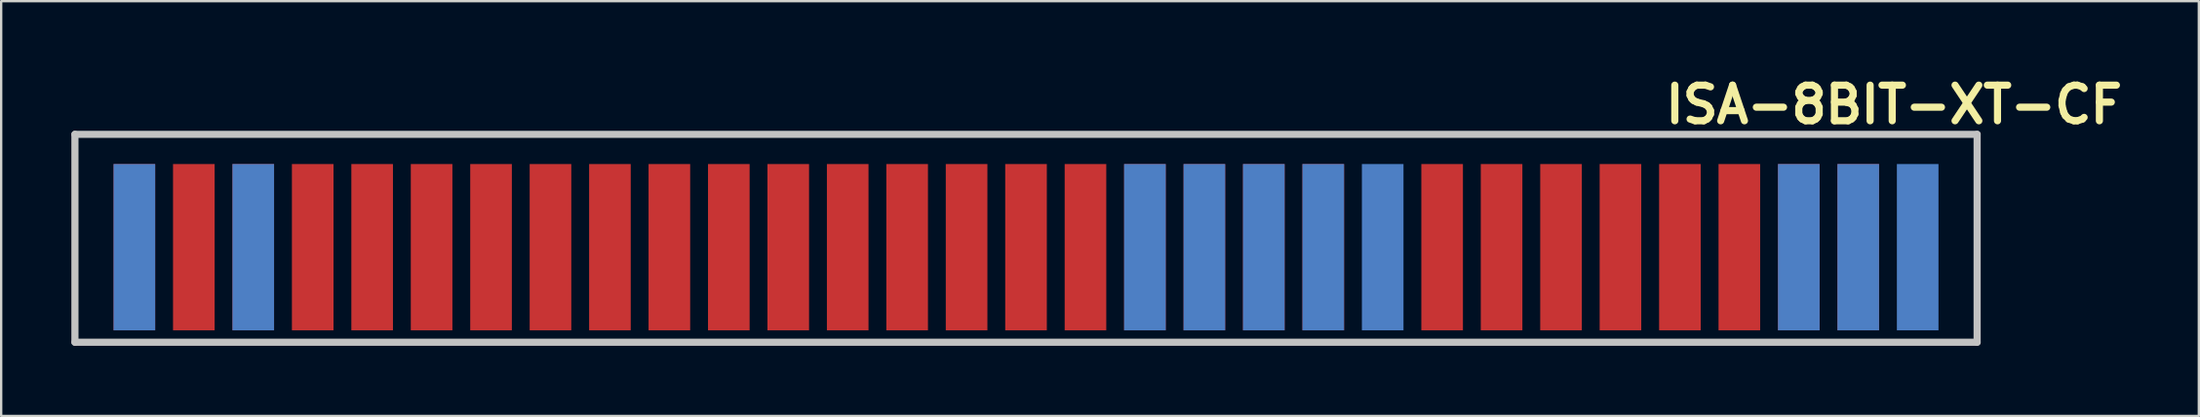
<source format=kicad_pcb>
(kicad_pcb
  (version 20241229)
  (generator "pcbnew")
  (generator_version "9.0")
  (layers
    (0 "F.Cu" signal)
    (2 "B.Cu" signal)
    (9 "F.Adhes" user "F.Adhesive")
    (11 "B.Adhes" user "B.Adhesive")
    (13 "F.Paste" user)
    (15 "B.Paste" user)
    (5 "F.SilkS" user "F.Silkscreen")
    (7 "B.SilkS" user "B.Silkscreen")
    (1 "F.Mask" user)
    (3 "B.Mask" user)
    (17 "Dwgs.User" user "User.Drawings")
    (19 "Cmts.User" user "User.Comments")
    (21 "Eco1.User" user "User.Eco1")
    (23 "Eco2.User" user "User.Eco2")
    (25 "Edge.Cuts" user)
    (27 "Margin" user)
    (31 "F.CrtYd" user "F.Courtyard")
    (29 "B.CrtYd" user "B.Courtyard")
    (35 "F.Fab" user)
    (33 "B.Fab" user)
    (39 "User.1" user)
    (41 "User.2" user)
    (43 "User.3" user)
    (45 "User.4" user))
  (footprint "ISA-8BIT-XT-CF"
    (layer "F.Cu")
    (at 40.792 7.776)
    (property "Reference" "ISA-8BIT-XT-CF" (at 37.084 -6.35 0) (layer "F.SilkS") (effects (font (size 1.524 1.524) (thickness 0.305))))
    (attr through_hole)
    (fp_line (start -40.64 -5.08) (end 40.64 -5.08) (stroke (width 0.305) (type solid)) (layer "Dwgs.User"))
    (fp_line (start -40.64 3.81) (end -40.64 -5.08) (stroke (width 0.305) (type solid)) (layer "Dwgs.User"))
    (fp_line (start 40.64 -5.08) (end 40.64 3.81) (stroke (width 0.305) (type solid)) (layer "Dwgs.User"))
    (fp_line (start 40.64 3.81) (end -40.64 3.81) (stroke (width 0.305) (type solid)) (layer "Dwgs.User"))
    (pad "1" connect rect (at 38.1 -0.254) (size 1.778 7.112) (layers "B.Cu" "B.Mask"))
    (pad "2" connect rect (at 35.56 -0.254) (size 1.778 7.112) (layers "B.Cu" "B.Mask"))
    (pad "3" connect rect (at 33.02 -0.254) (size 1.778 7.112) (layers "B.Cu" "B.Mask"))
    (pad "10" connect rect (at 15.24 -0.254) (size 1.778 7.112) (layers "B.Cu" "B.Mask"))
    (pad "11" connect rect (at 12.7 -0.254) (size 1.778 7.112) (layers "B.Cu" "B.Mask"))
    (pad "12" connect rect (at 10.16 -0.254) (size 1.778 7.112) (layers "B.Cu" "B.Mask"))
    (pad "13" connect rect (at 7.62 -0.254) (size 1.778 7.112) (layers "B.Cu" "B.Mask"))
    (pad "14" connect rect (at 5.08 -0.254) (size 1.778 7.112) (layers "B.Cu" "B.Mask"))
    (pad "29" connect rect (at -33.02 -0.254) (size 1.778 7.112) (layers "B.Cu" "B.Mask"))
    (pad "31" connect rect (at -38.1 -0.254) (size 1.778 7.112) (layers "B.Cu" "B.Mask"))
    (pad "33" connect rect (at 35.56 -0.254) (size 1.778 7.112) (layers "F.Cu" "F.Mask"))
    (pad "34" connect rect (at 33.02 -0.254) (size 1.778 7.112) (layers "F.Cu" "F.Mask"))
    (pad "35" connect rect (at 30.48 -0.254) (size 1.778 7.112) (layers "F.Cu" "F.Mask"))
    (pad "36" connect rect (at 27.94 -0.254) (size 1.778 7.112) (layers "F.Cu" "F.Mask"))
    (pad "37" connect rect (at 25.4 -0.254) (size 1.778 7.112) (layers "F.Cu" "F.Mask"))
    (pad "38" connect rect (at 22.86 -0.254) (size 1.778 7.112) (layers "F.Cu" "F.Mask"))
    (pad "39" connect rect (at 20.32 -0.254) (size 1.778 7.112) (layers "F.Cu" "F.Mask"))
    (pad "40" connect rect (at 17.78 -0.254) (size 1.778 7.112) (layers "F.Cu" "F.Mask"))
    (pad "42" connect rect (at 12.7 -0.254) (size 1.778 7.112) (layers "F.Cu" "F.Mask"))
    (pad "43" connect rect (at 10.16 -0.254) (size 1.778 7.112) (layers "F.Cu" "F.Mask"))
    (pad "44" connect rect (at 7.62 -0.254) (size 1.778 7.112) (layers "F.Cu" "F.Mask"))
    (pad "45" connect rect (at 5.08 -0.254) (size 1.778 7.112) (layers "F.Cu" "F.Mask"))
    (pad "46" connect rect (at 2.54 -0.254) (size 1.778 7.112) (layers "F.Cu" "F.Mask"))
    (pad "47" connect rect (at 0 -0.254) (size 1.778 7.112) (layers "F.Cu" "F.Mask"))
    (pad "48" connect rect (at -2.54 -0.254) (size 1.778 7.112) (layers "F.Cu" "F.Mask"))
    (pad "49" connect rect (at -5.08 -0.254) (size 1.778 7.112) (layers "F.Cu" "F.Mask"))
    (pad "50" connect rect (at -7.62 -0.254) (size 1.778 7.112) (layers "F.Cu" "F.Mask"))
    (pad "51" connect rect (at -10.16 -0.254) (size 1.778 7.112) (layers "F.Cu" "F.Mask"))
    (pad "52" connect rect (at -12.7 -0.254) (size 1.778 7.112) (layers "F.Cu" "F.Mask"))
    (pad "53" connect rect (at -15.24 -0.254) (size 1.778 7.112) (layers "F.Cu" "F.Mask"))
    (pad "54" connect rect (at -17.78 -0.254) (size 1.778 7.112) (layers "F.Cu" "F.Mask"))
    (pad "55" connect rect (at -20.32 -0.254) (size 1.778 7.112) (layers "F.Cu" "F.Mask"))
    (pad "56" connect rect (at -22.86 -0.254) (size 1.778 7.112) (layers "F.Cu" "F.Mask"))
    (pad "57" connect rect (at -25.4 -0.254) (size 1.778 7.112) (layers "F.Cu" "F.Mask"))
    (pad "58" connect rect (at -27.94 -0.254) (size 1.778 7.112) (layers "F.Cu" "F.Mask"))
    (pad "59" connect rect (at -30.48 -0.254) (size 1.778 7.112) (layers "F.Cu" "F.Mask"))
    (pad "60" connect rect (at -33.02 -0.254) (size 1.778 7.112) (layers "F.Cu" "F.Mask"))
    (pad "61" connect rect (at -35.56 -0.254) (size 1.778 7.112) (layers "F.Cu" "F.Mask"))
    (pad "62" connect rect (at -38.1 -0.254) (size 1.778 7.112) (layers "F.Cu" "F.Mask")))
  (gr_rect
    (start -3 -3)
    (end 90.906 14.739)
    (stroke (width 0.1) (type default))
    (fill no)
    (layer "Edge.Cuts")))
</source>
